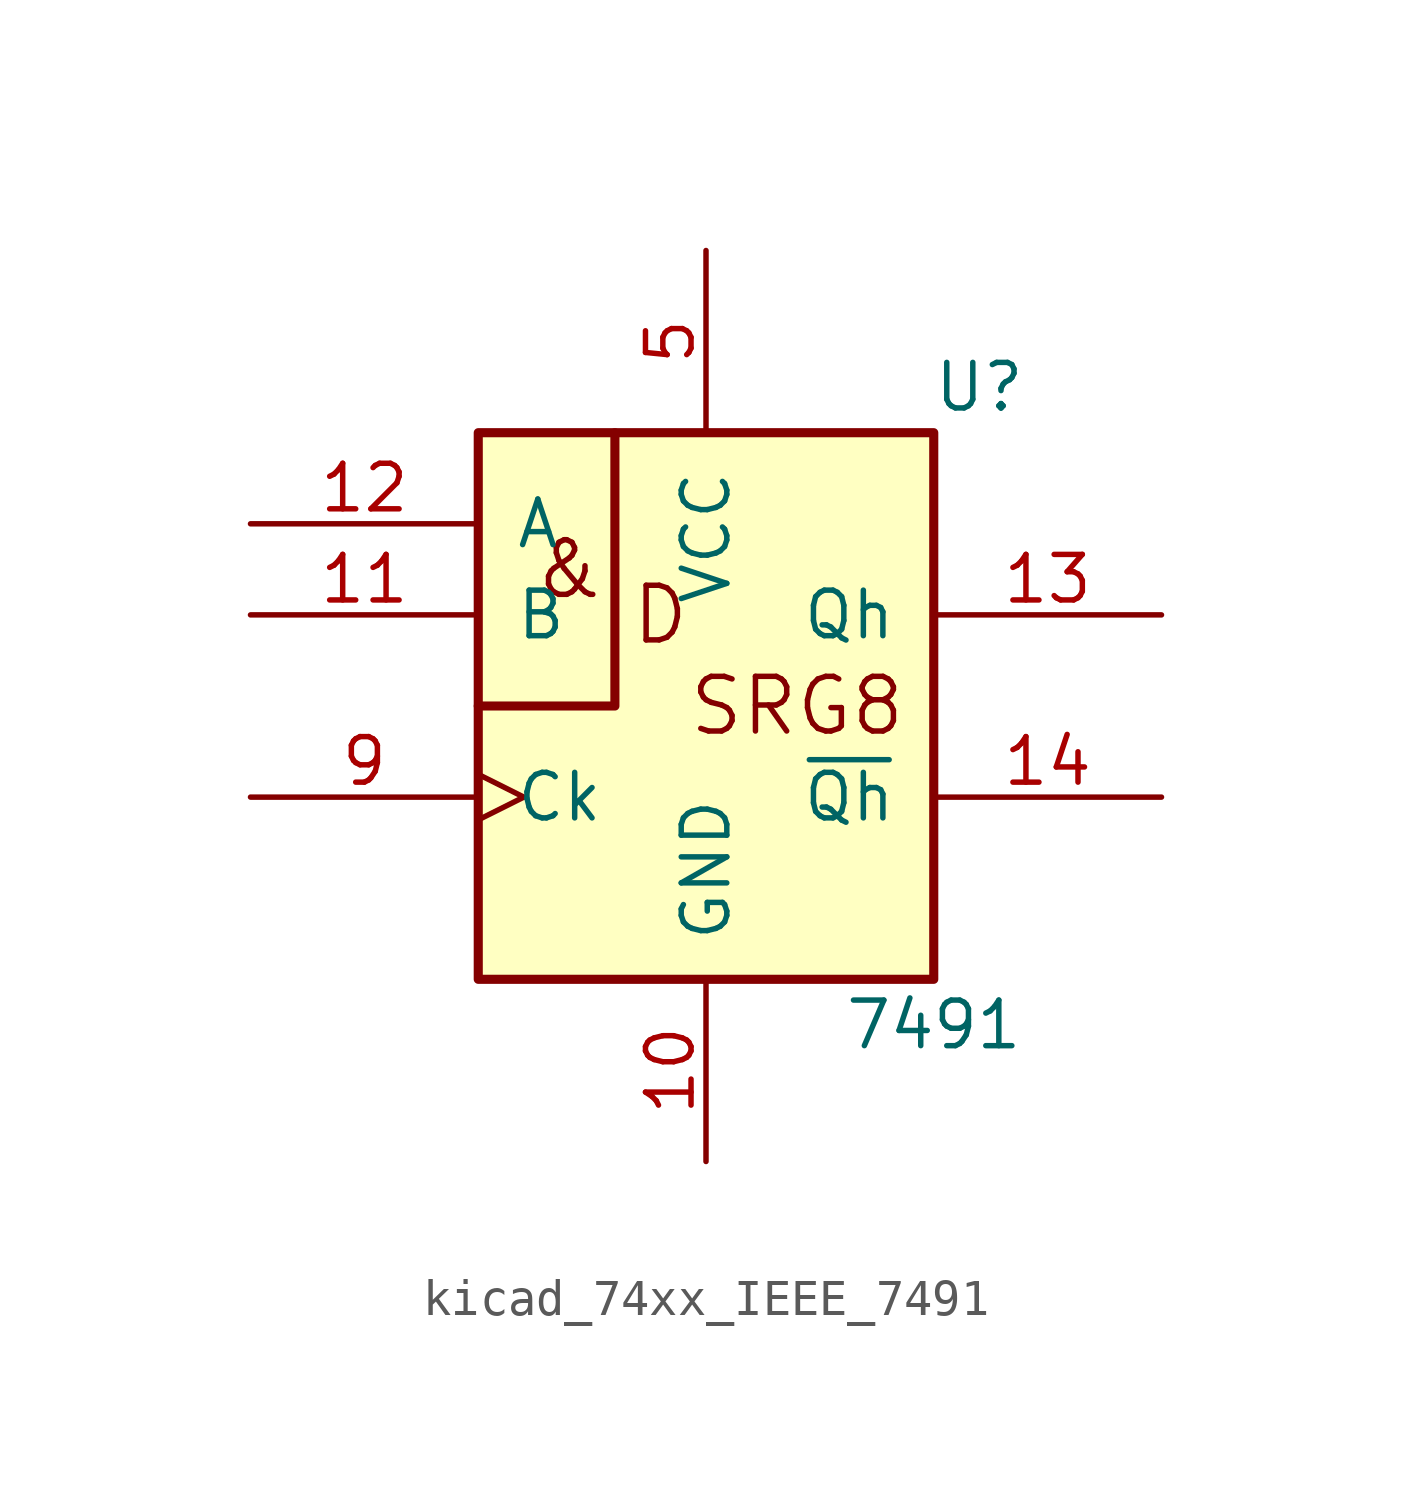
<source format=kicad_sym>
(kicad_symbol_lib
  (version 20220914)
  (generator kicad_symbol_editor)
  (symbol "kicad_74xx_IEEE_7491"
    (pin_names
      (offset 1.016))
    (property "Reference" "U"
      (at 7.62 8.89 0)
      (effects (font (size 1.27 1.27))))
    (property "Value" "7491"
      (at 6.35 -8.89 0)
      (effects (font (size 1.27 1.27))))
    (symbol "kicad_74xx_IEEE_7491_0_0"
      (text "&" (at -3.81 3.81 0) (effects (font (size 1.524 1.524))))
      (text "D" (at -1.27 2.54 0) (effects (font (size 1.524 1.524))))
      (text "SRG8" (at 2.54 0 0) (effects (font (size 1.524 1.524))))
      (pin power_in line (at 0 -12.7 90) (length 5.08) (name "GND" (effects (font (size 1.27 1.27)))) (number "10" (effects (font (size 1.27 1.27)))))
      (pin power_in line (at 0 12.7 270) (length 5.08) (name "VCC" (effects (font (size 1.27 1.27)))) (number "5" (effects (font (size 1.27 1.27))))))
    (symbol "kicad_74xx_IEEE_7491_0_1"
      (rectangle (start -6.35 7.62) (end 6.35 -7.62) (stroke (width 0.254) (type default)) (fill (type background)))
      (polyline (pts (xy -2.54 7.62) (xy -2.54 0) (xy -6.35 0) (xy -6.35 0)) (stroke (width 0.254) (type default)) (fill (type background))))
    (symbol "kicad_74xx_IEEE_7491_1_1"
      (pin input line (at -12.7 2.54 0) (length 6.35) (name "B" (effects (font (size 1.27 1.27)))) (number "11" (effects (font (size 1.27 1.27)))))
      (pin input line (at -12.7 5.08 0) (length 6.35) (name "A" (effects (font (size 1.27 1.27)))) (number "12" (effects (font (size 1.27 1.27)))))
      (pin output line (at 12.7 2.54 180) (length 6.35) (name "Qh" (effects (font (size 1.27 1.27)))) (number "13" (effects (font (size 1.27 1.27)))))
      (pin output line (at 12.7 -2.54 180) (length 6.35) (name "~{Qh}" (effects (font (size 1.27 1.27)))) (number "14" (effects (font (size 1.27 1.27)))))
      (pin input clock (at -12.7 -2.54 0) (length 6.35) (name "Ck" (effects (font (size 1.27 1.27)))) (number "9" (effects (font (size 1.27 1.27))))))))
</source>
